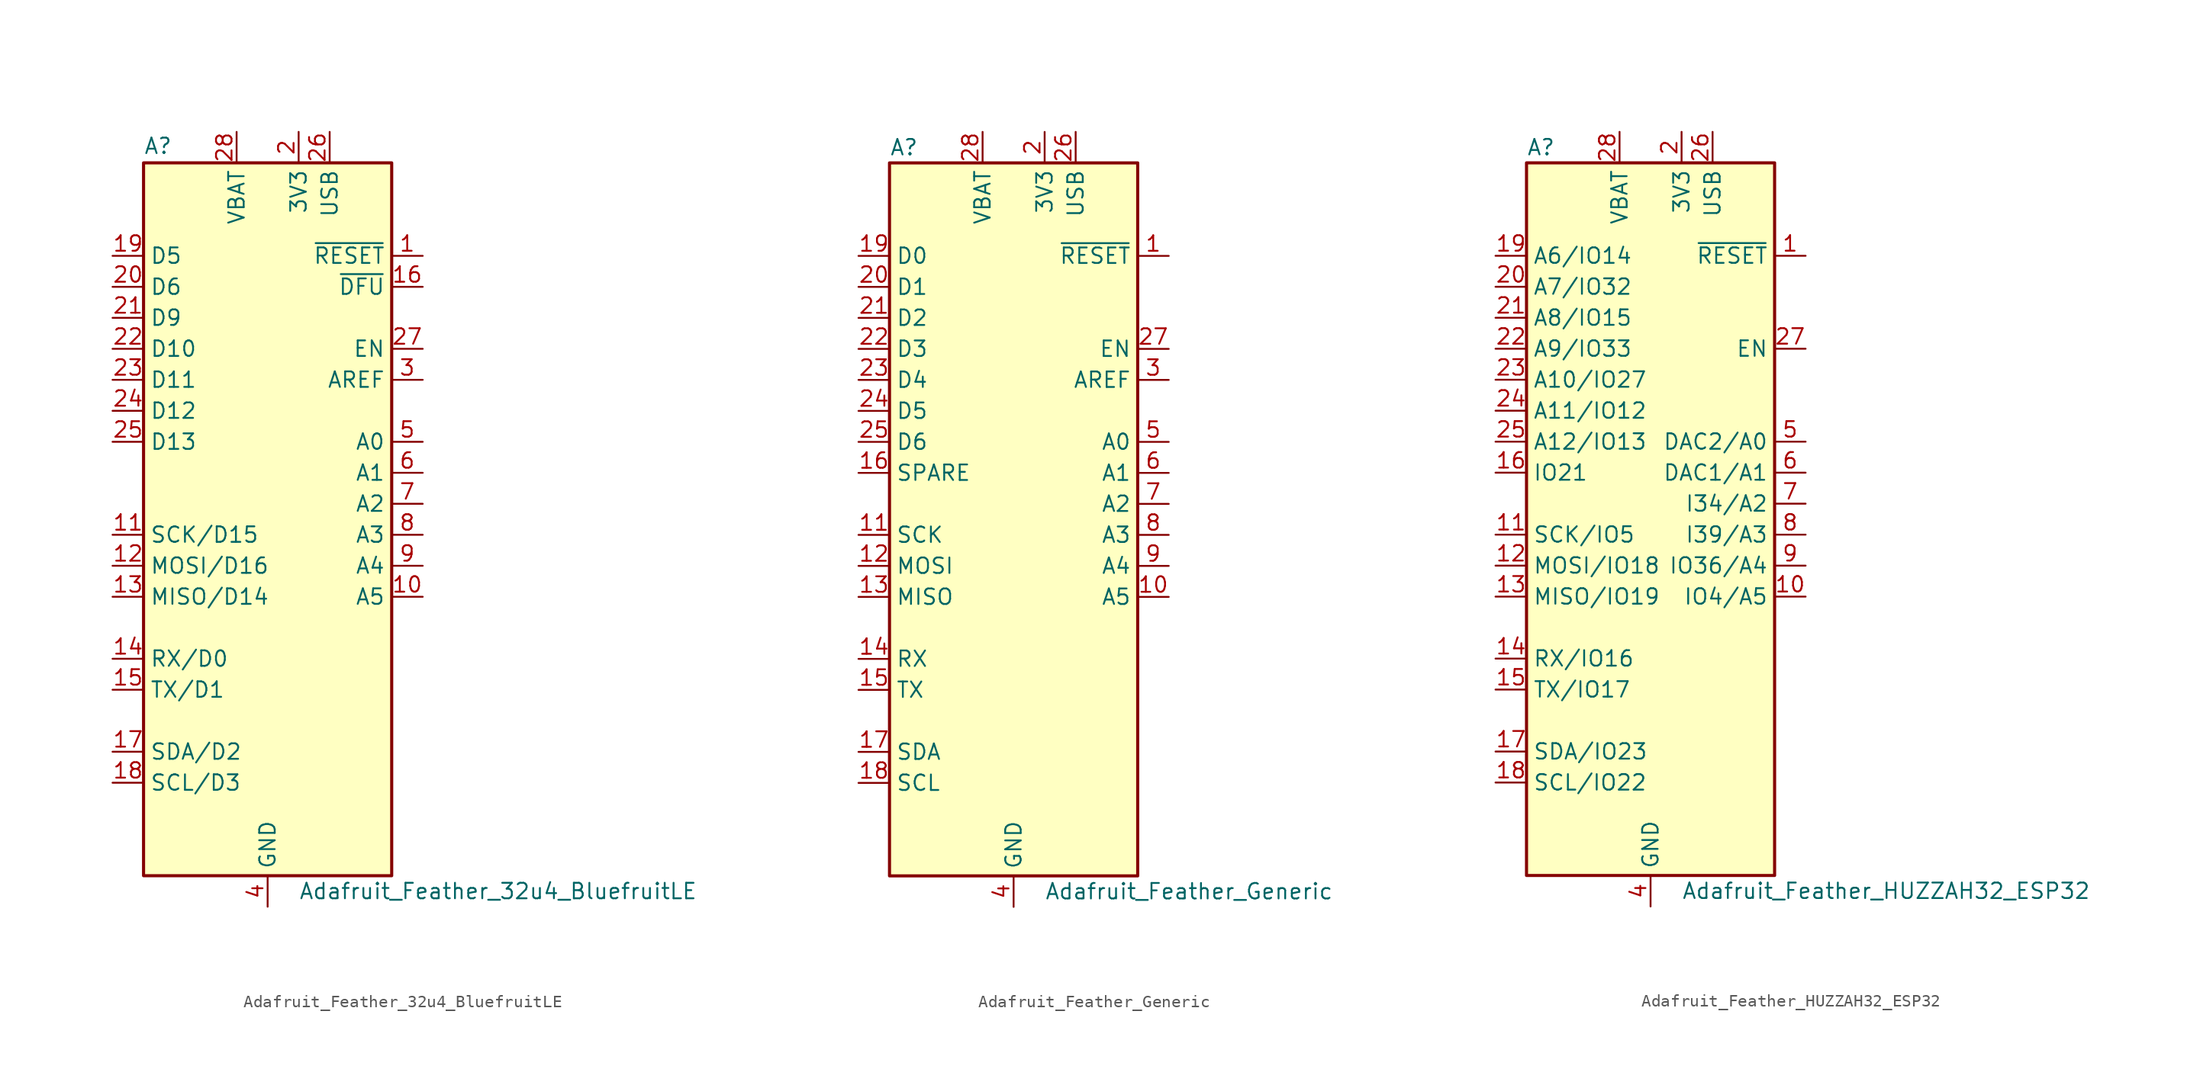
<source format=kicad_sym>
(kicad_symbol_lib
  (version 20201005)
  (generator kicad_symbol_editor)
  (symbol "Adafruit_Feather_32u4_BluefruitLE"
    (property "Reference" "A"
      (at -10.16 28.575 0)
      (effects (font (size 1.27 1.27)) (justify left bottom)))
    (property "Value" "Adafruit_Feather_32u4_BluefruitLE"
      (at 2.54 -31.75 0)
      (effects (font (size 1.27 1.27)) (justify left)))
    (symbol "Adafruit_Feather_32u4_BluefruitLE_0_1"
      (rectangle (start -10.16 27.94) (end 10.16 -30.48) (stroke (width 0.254)) (fill (type background))))
    (symbol "Adafruit_Feather_32u4_BluefruitLE_1_1"
      (pin input line (at 12.7 20.32 180) (length 2.54) (name "~RESET" (effects (font (size 1.27 1.27)))) (number "1" (effects (font (size 1.27 1.27)))))
      (pin bidirectional line (at 12.7 -7.62 180) (length 2.54) (name "A5" (effects (font (size 1.27 1.27)))) (number "10" (effects (font (size 1.27 1.27)))))
      (pin bidirectional line (at -12.7 -2.54 0) (length 2.54) (name "SCK/D15" (effects (font (size 1.27 1.27)))) (number "11" (effects (font (size 1.27 1.27)))))
      (pin bidirectional line (at -12.7 -5.08 0) (length 2.54) (name "MOSI/D16" (effects (font (size 1.27 1.27)))) (number "12" (effects (font (size 1.27 1.27)))))
      (pin bidirectional line (at -12.7 -7.62 0) (length 2.54) (name "MISO/D14" (effects (font (size 1.27 1.27)))) (number "13" (effects (font (size 1.27 1.27)))))
      (pin bidirectional line (at -12.7 -12.7 0) (length 2.54) (name "RX/D0" (effects (font (size 1.27 1.27)))) (number "14" (effects (font (size 1.27 1.27)))))
      (pin bidirectional line (at -12.7 -15.24 0) (length 2.54) (name "TX/D1" (effects (font (size 1.27 1.27)))) (number "15" (effects (font (size 1.27 1.27)))))
      (pin input line (at 12.7 17.78 180) (length 2.54) (name "~DFU" (effects (font (size 1.27 1.27)))) (number "16" (effects (font (size 1.27 1.27)))))
      (pin bidirectional line (at -12.7 -20.32 0) (length 2.54) (name "SDA/D2" (effects (font (size 1.27 1.27)))) (number "17" (effects (font (size 1.27 1.27)))))
      (pin bidirectional line (at -12.7 -22.86 0) (length 2.54) (name "SCL/D3" (effects (font (size 1.27 1.27)))) (number "18" (effects (font (size 1.27 1.27)))))
      (pin bidirectional line (at -12.7 20.32 0) (length 2.54) (name "D5" (effects (font (size 1.27 1.27)))) (number "19" (effects (font (size 1.27 1.27)))))
      (pin power_in line (at 2.54 30.48 270) (length 2.54) (name "3V3" (effects (font (size 1.27 1.27)))) (number "2" (effects (font (size 1.27 1.27)))))
      (pin bidirectional line (at -12.7 17.78 0) (length 2.54) (name "D6" (effects (font (size 1.27 1.27)))) (number "20" (effects (font (size 1.27 1.27)))))
      (pin bidirectional line (at -12.7 15.24 0) (length 2.54) (name "D9" (effects (font (size 1.27 1.27)))) (number "21" (effects (font (size 1.27 1.27)))))
      (pin bidirectional line (at -12.7 12.7 0) (length 2.54) (name "D10" (effects (font (size 1.27 1.27)))) (number "22" (effects (font (size 1.27 1.27)))))
      (pin bidirectional line (at -12.7 10.16 0) (length 2.54) (name "D11" (effects (font (size 1.27 1.27)))) (number "23" (effects (font (size 1.27 1.27)))))
      (pin bidirectional line (at -12.7 7.62 0) (length 2.54) (name "D12" (effects (font (size 1.27 1.27)))) (number "24" (effects (font (size 1.27 1.27)))))
      (pin bidirectional line (at -12.7 5.08 0) (length 2.54) (name "D13" (effects (font (size 1.27 1.27)))) (number "25" (effects (font (size 1.27 1.27)))))
      (pin power_in line (at 5.08 30.48 270) (length 2.54) (name "USB" (effects (font (size 1.27 1.27)))) (number "26" (effects (font (size 1.27 1.27)))))
      (pin input line (at 12.7 12.7 180) (length 2.54) (name "EN" (effects (font (size 1.27 1.27)))) (number "27" (effects (font (size 1.27 1.27)))))
      (pin power_in line (at -2.54 30.48 270) (length 2.54) (name "VBAT" (effects (font (size 1.27 1.27)))) (number "28" (effects (font (size 1.27 1.27)))))
      (pin input line (at 12.7 10.16 180) (length 2.54) (name "AREF" (effects (font (size 1.27 1.27)))) (number "3" (effects (font (size 1.27 1.27)))))
      (pin power_in line (at 0 -33.02 90) (length 2.54) (name "GND" (effects (font (size 1.27 1.27)))) (number "4" (effects (font (size 1.27 1.27)))))
      (pin bidirectional line (at 12.7 5.08 180) (length 2.54) (name "A0" (effects (font (size 1.27 1.27)))) (number "5" (effects (font (size 1.27 1.27)))))
      (pin bidirectional line (at 12.7 2.54 180) (length 2.54) (name "A1" (effects (font (size 1.27 1.27)))) (number "6" (effects (font (size 1.27 1.27)))))
      (pin bidirectional line (at 12.7 0 180) (length 2.54) (name "A2" (effects (font (size 1.27 1.27)))) (number "7" (effects (font (size 1.27 1.27)))))
      (pin bidirectional line (at 12.7 -2.54 180) (length 2.54) (name "A3" (effects (font (size 1.27 1.27)))) (number "8" (effects (font (size 1.27 1.27)))))
      (pin bidirectional line (at 12.7 -5.08 180) (length 2.54) (name "A4" (effects (font (size 1.27 1.27)))) (number "9" (effects (font (size 1.27 1.27)))))))
  (symbol "Adafruit_Feather_Generic"
    (property "Reference" "A"
      (at -10.16 29.21 0)
      (effects (font (size 1.27 1.27)) (justify left)))
    (property "Value" "Adafruit_Feather_Generic"
      (at 2.54 -31.75 0)
      (effects (font (size 1.27 1.27)) (justify left)))
    (symbol "Adafruit_Feather_Generic_0_1"
      (rectangle (start -10.16 27.94) (end 10.16 -30.48) (stroke (width 0.254)) (fill (type background))))
    (symbol "Adafruit_Feather_Generic_1_1"
      (pin input line (at 12.7 20.32 180) (length 2.54) (name "~RESET" (effects (font (size 1.27 1.27)))) (number "1" (effects (font (size 1.27 1.27)))))
      (pin bidirectional line (at 12.7 -7.62 180) (length 2.54) (name "A5" (effects (font (size 1.27 1.27)))) (number "10" (effects (font (size 1.27 1.27)))))
      (pin bidirectional line (at -12.7 -2.54 0) (length 2.54) (name "SCK" (effects (font (size 1.27 1.27)))) (number "11" (effects (font (size 1.27 1.27)))))
      (pin bidirectional line (at -12.7 -5.08 0) (length 2.54) (name "MOSI" (effects (font (size 1.27 1.27)))) (number "12" (effects (font (size 1.27 1.27)))))
      (pin bidirectional line (at -12.7 -7.62 0) (length 2.54) (name "MISO" (effects (font (size 1.27 1.27)))) (number "13" (effects (font (size 1.27 1.27)))))
      (pin bidirectional line (at -12.7 -12.7 0) (length 2.54) (name "RX" (effects (font (size 1.27 1.27)))) (number "14" (effects (font (size 1.27 1.27)))))
      (pin bidirectional line (at -12.7 -15.24 0) (length 2.54) (name "TX" (effects (font (size 1.27 1.27)))) (number "15" (effects (font (size 1.27 1.27)))))
      (pin bidirectional line (at -12.7 2.54 0) (length 2.54) (name "SPARE" (effects (font (size 1.27 1.27)))) (number "16" (effects (font (size 1.27 1.27)))))
      (pin bidirectional line (at -12.7 -20.32 0) (length 2.54) (name "SDA" (effects (font (size 1.27 1.27)))) (number "17" (effects (font (size 1.27 1.27)))))
      (pin bidirectional line (at -12.7 -22.86 0) (length 2.54) (name "SCL" (effects (font (size 1.27 1.27)))) (number "18" (effects (font (size 1.27 1.27)))))
      (pin bidirectional line (at -12.7 20.32 0) (length 2.54) (name "D0" (effects (font (size 1.27 1.27)))) (number "19" (effects (font (size 1.27 1.27)))))
      (pin power_in line (at 2.54 30.48 270) (length 2.54) (name "3V3" (effects (font (size 1.27 1.27)))) (number "2" (effects (font (size 1.27 1.27)))))
      (pin bidirectional line (at -12.7 17.78 0) (length 2.54) (name "D1" (effects (font (size 1.27 1.27)))) (number "20" (effects (font (size 1.27 1.27)))))
      (pin bidirectional line (at -12.7 15.24 0) (length 2.54) (name "D2" (effects (font (size 1.27 1.27)))) (number "21" (effects (font (size 1.27 1.27)))))
      (pin bidirectional line (at -12.7 12.7 0) (length 2.54) (name "D3" (effects (font (size 1.27 1.27)))) (number "22" (effects (font (size 1.27 1.27)))))
      (pin bidirectional line (at -12.7 10.16 0) (length 2.54) (name "D4" (effects (font (size 1.27 1.27)))) (number "23" (effects (font (size 1.27 1.27)))))
      (pin bidirectional line (at -12.7 7.62 0) (length 2.54) (name "D5" (effects (font (size 1.27 1.27)))) (number "24" (effects (font (size 1.27 1.27)))))
      (pin bidirectional line (at -12.7 5.08 0) (length 2.54) (name "D6" (effects (font (size 1.27 1.27)))) (number "25" (effects (font (size 1.27 1.27)))))
      (pin power_in line (at 5.08 30.48 270) (length 2.54) (name "USB" (effects (font (size 1.27 1.27)))) (number "26" (effects (font (size 1.27 1.27)))))
      (pin input line (at 12.7 12.7 180) (length 2.54) (name "EN" (effects (font (size 1.27 1.27)))) (number "27" (effects (font (size 1.27 1.27)))))
      (pin power_in line (at -2.54 30.48 270) (length 2.54) (name "VBAT" (effects (font (size 1.27 1.27)))) (number "28" (effects (font (size 1.27 1.27)))))
      (pin input line (at 12.7 10.16 180) (length 2.54) (name "AREF" (effects (font (size 1.27 1.27)))) (number "3" (effects (font (size 1.27 1.27)))))
      (pin power_in line (at 0 -33.02 90) (length 2.54) (name "GND" (effects (font (size 1.27 1.27)))) (number "4" (effects (font (size 1.27 1.27)))))
      (pin bidirectional line (at 12.7 5.08 180) (length 2.54) (name "A0" (effects (font (size 1.27 1.27)))) (number "5" (effects (font (size 1.27 1.27)))))
      (pin bidirectional line (at 12.7 2.54 180) (length 2.54) (name "A1" (effects (font (size 1.27 1.27)))) (number "6" (effects (font (size 1.27 1.27)))))
      (pin bidirectional line (at 12.7 0 180) (length 2.54) (name "A2" (effects (font (size 1.27 1.27)))) (number "7" (effects (font (size 1.27 1.27)))))
      (pin bidirectional line (at 12.7 -2.54 180) (length 2.54) (name "A3" (effects (font (size 1.27 1.27)))) (number "8" (effects (font (size 1.27 1.27)))))
      (pin bidirectional line (at 12.7 -5.08 180) (length 2.54) (name "A4" (effects (font (size 1.27 1.27)))) (number "9" (effects (font (size 1.27 1.27)))))))
  (symbol "Adafruit_Feather_HUZZAH32_ESP32"
    (property "Reference" "A"
      (at -10.16 29.21 0)
      (effects (font (size 1.27 1.27)) (justify left)))
    (property "Value" "Adafruit_Feather_HUZZAH32_ESP32"
      (at 2.54 -31.75 0)
      (effects (font (size 1.27 1.27)) (justify left)))
    (symbol "Adafruit_Feather_HUZZAH32_ESP32_0_1"
      (rectangle (start -10.16 27.94) (end 10.16 -30.48) (stroke (width 0.254)) (fill (type background))))
    (symbol "Adafruit_Feather_HUZZAH32_ESP32_1_1"
      (pin input line (at 12.7 20.32 180) (length 2.54) (name "~RESET" (effects (font (size 1.27 1.27)))) (number "1" (effects (font (size 1.27 1.27)))))
      (pin bidirectional line (at 12.7 -7.62 180) (length 2.54) (name "IO4/A5" (effects (font (size 1.27 1.27)))) (number "10" (effects (font (size 1.27 1.27)))))
      (pin bidirectional line (at -12.7 -2.54 0) (length 2.54) (name "SCK/IO5" (effects (font (size 1.27 1.27)))) (number "11" (effects (font (size 1.27 1.27)))))
      (pin bidirectional line (at -12.7 -5.08 0) (length 2.54) (name "MOSI/IO18" (effects (font (size 1.27 1.27)))) (number "12" (effects (font (size 1.27 1.27)))))
      (pin bidirectional line (at -12.7 -7.62 0) (length 2.54) (name "MISO/IO19" (effects (font (size 1.27 1.27)))) (number "13" (effects (font (size 1.27 1.27)))))
      (pin bidirectional line (at -12.7 -12.7 0) (length 2.54) (name "RX/IO16" (effects (font (size 1.27 1.27)))) (number "14" (effects (font (size 1.27 1.27)))))
      (pin bidirectional line (at -12.7 -15.24 0) (length 2.54) (name "TX/IO17" (effects (font (size 1.27 1.27)))) (number "15" (effects (font (size 1.27 1.27)))))
      (pin bidirectional line (at -12.7 2.54 0) (length 2.54) (name "IO21" (effects (font (size 1.27 1.27)))) (number "16" (effects (font (size 1.27 1.27)))))
      (pin bidirectional line (at -12.7 -20.32 0) (length 2.54) (name "SDA/IO23" (effects (font (size 1.27 1.27)))) (number "17" (effects (font (size 1.27 1.27)))))
      (pin bidirectional line (at -12.7 -22.86 0) (length 2.54) (name "SCL/IO22" (effects (font (size 1.27 1.27)))) (number "18" (effects (font (size 1.27 1.27)))))
      (pin bidirectional line (at -12.7 20.32 0) (length 2.54) (name "A6/IO14" (effects (font (size 1.27 1.27)))) (number "19" (effects (font (size 1.27 1.27)))))
      (pin power_in line (at 2.54 30.48 270) (length 2.54) (name "3V3" (effects (font (size 1.27 1.27)))) (number "2" (effects (font (size 1.27 1.27)))))
      (pin bidirectional line (at -12.7 17.78 0) (length 2.54) (name "A7/IO32" (effects (font (size 1.27 1.27)))) (number "20" (effects (font (size 1.27 1.27)))))
      (pin bidirectional line (at -12.7 15.24 0) (length 2.54) (name "A8/IO15" (effects (font (size 1.27 1.27)))) (number "21" (effects (font (size 1.27 1.27)))))
      (pin bidirectional line (at -12.7 12.7 0) (length 2.54) (name "A9/IO33" (effects (font (size 1.27 1.27)))) (number "22" (effects (font (size 1.27 1.27)))))
      (pin bidirectional line (at -12.7 10.16 0) (length 2.54) (name "A10/IO27" (effects (font (size 1.27 1.27)))) (number "23" (effects (font (size 1.27 1.27)))))
      (pin bidirectional line (at -12.7 7.62 0) (length 2.54) (name "A11/IO12" (effects (font (size 1.27 1.27)))) (number "24" (effects (font (size 1.27 1.27)))))
      (pin bidirectional line (at -12.7 5.08 0) (length 2.54) (name "A12/IO13" (effects (font (size 1.27 1.27)))) (number "25" (effects (font (size 1.27 1.27)))))
      (pin power_in line (at 5.08 30.48 270) (length 2.54) (name "USB" (effects (font (size 1.27 1.27)))) (number "26" (effects (font (size 1.27 1.27)))))
      (pin input line (at 12.7 12.7 180) (length 2.54) (name "EN" (effects (font (size 1.27 1.27)))) (number "27" (effects (font (size 1.27 1.27)))))
      (pin power_in line (at -2.54 30.48 270) (length 2.54) (name "VBAT" (effects (font (size 1.27 1.27)))) (number "28" (effects (font (size 1.27 1.27)))))
      (pin no_connect line (at 10.16 10.16 180) (length 2.54) hide (name "NC" (effects (font (size 1.27 1.27)))) (number "3" (effects (font (size 1.27 1.27)))))
      (pin power_in line (at 0 -33.02 90) (length 2.54) (name "GND" (effects (font (size 1.27 1.27)))) (number "4" (effects (font (size 1.27 1.27)))))
      (pin bidirectional line (at 12.7 5.08 180) (length 2.54) (name "DAC2/A0" (effects (font (size 1.27 1.27)))) (number "5" (effects (font (size 1.27 1.27)))))
      (pin bidirectional line (at 12.7 2.54 180) (length 2.54) (name "DAC1/A1" (effects (font (size 1.27 1.27)))) (number "6" (effects (font (size 1.27 1.27)))))
      (pin bidirectional line (at 12.7 0 180) (length 2.54) (name "I34/A2" (effects (font (size 1.27 1.27)))) (number "7" (effects (font (size 1.27 1.27)))))
      (pin bidirectional line (at 12.7 -2.54 180) (length 2.54) (name "I39/A3" (effects (font (size 1.27 1.27)))) (number "8" (effects (font (size 1.27 1.27)))))
      (pin bidirectional line (at 12.7 -5.08 180) (length 2.54) (name "IO36/A4" (effects (font (size 1.27 1.27)))) (number "9" (effects (font (size 1.27 1.27))))))))
</source>
